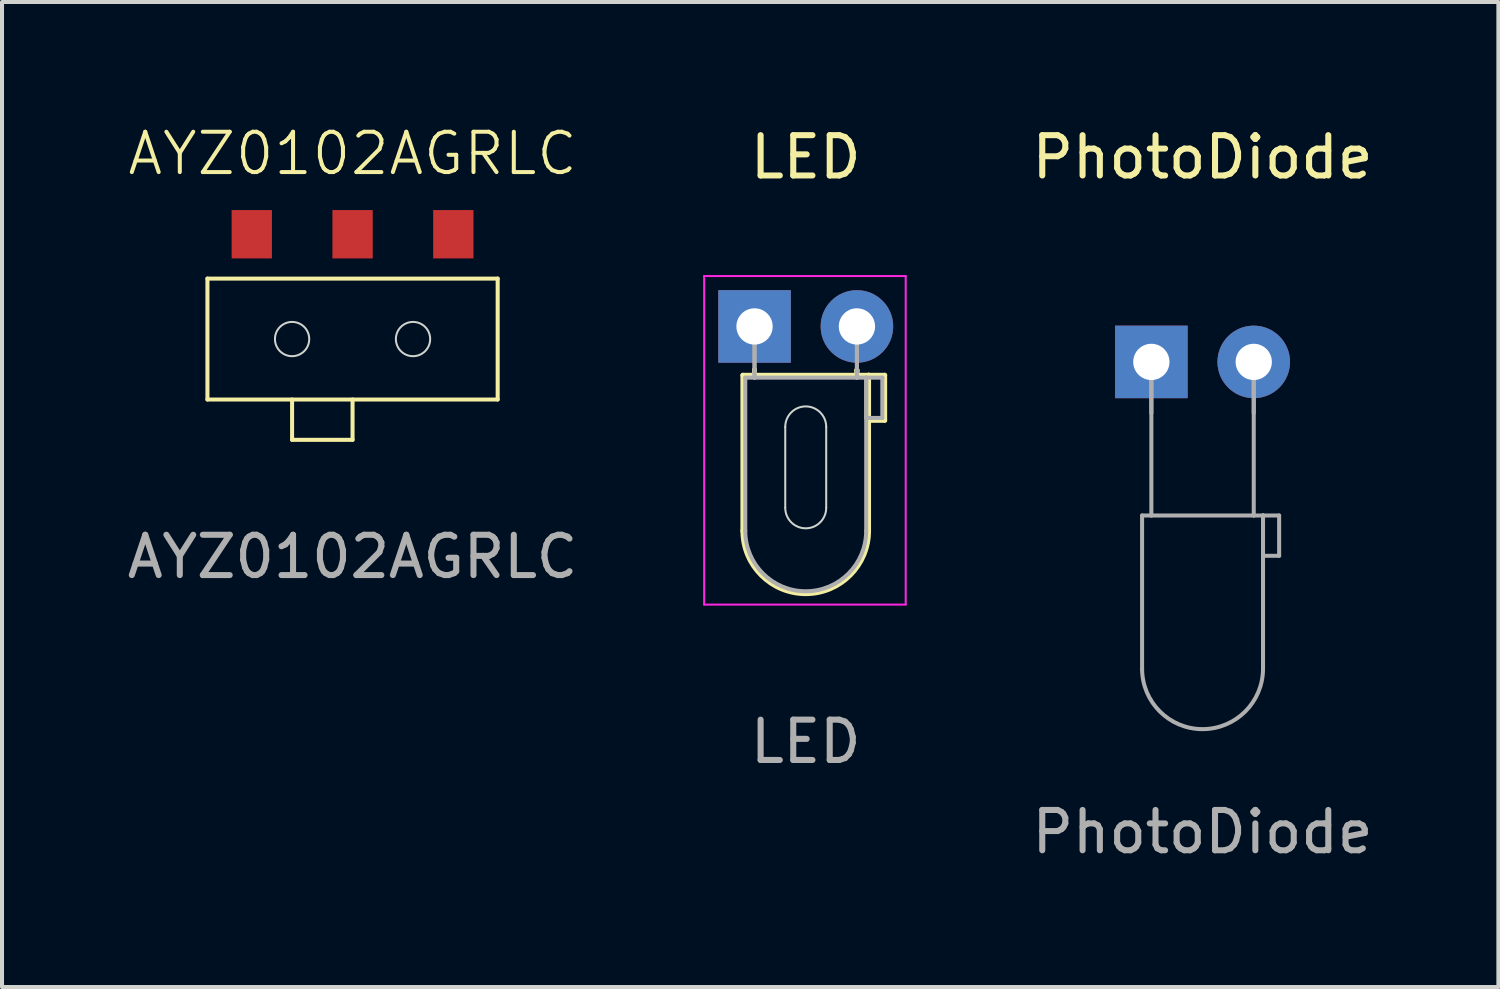
<source format=kicad_pcb>
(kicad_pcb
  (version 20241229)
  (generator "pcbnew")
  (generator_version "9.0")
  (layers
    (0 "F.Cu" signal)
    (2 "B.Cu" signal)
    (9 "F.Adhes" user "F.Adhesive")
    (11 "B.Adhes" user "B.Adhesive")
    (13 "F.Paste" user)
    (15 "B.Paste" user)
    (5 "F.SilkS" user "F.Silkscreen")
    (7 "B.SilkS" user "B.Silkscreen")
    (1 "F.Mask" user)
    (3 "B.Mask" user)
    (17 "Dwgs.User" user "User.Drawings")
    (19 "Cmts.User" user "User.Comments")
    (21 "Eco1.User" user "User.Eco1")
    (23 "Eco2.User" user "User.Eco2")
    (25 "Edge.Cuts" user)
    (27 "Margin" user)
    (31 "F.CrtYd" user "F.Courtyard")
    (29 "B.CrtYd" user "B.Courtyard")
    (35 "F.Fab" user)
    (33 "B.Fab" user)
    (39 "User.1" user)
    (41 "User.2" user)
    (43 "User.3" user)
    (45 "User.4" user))
  (footprint "LED"
    (layer "F.Cu")
    (at 16.938 5.048)
    (property "Reference" "LED" (at 0 -4.2 0) (unlocked yes) (layer "F.SilkS") (effects (font (size 1 1) (thickness 0.15))))
    (attr through_hole)
    (fp_line (start -1.56 1.21) (end -1.56 5.07) (stroke (width 0.12) (type solid)) (layer "F.SilkS"))
    (fp_line (start -1.56 1.21) (end 1.56 1.21) (stroke (width 0.12) (type solid)) (layer "F.SilkS"))
    (fp_line (start -1.27 1.08) (end -1.27 1.08) (stroke (width 0.12) (type solid)) (layer "F.SilkS"))
    (fp_line (start -1.27 1.08) (end -1.27 1.21) (stroke (width 0.12) (type solid)) (layer "F.SilkS"))
    (fp_line (start -1.27 1.21) (end -1.27 1.08) (stroke (width 0.12) (type solid)) (layer "F.SilkS"))
    (fp_line (start -1.27 1.21) (end -1.27 1.21) (stroke (width 0.12) (type solid)) (layer "F.SilkS"))
    (fp_line (start 1.27 1.08) (end 1.27 1.08) (stroke (width 0.12) (type solid)) (layer "F.SilkS"))
    (fp_line (start 1.27 1.08) (end 1.27 1.21) (stroke (width 0.12) (type solid)) (layer "F.SilkS"))
    (fp_line (start 1.27 1.21) (end 1.27 1.08) (stroke (width 0.12) (type solid)) (layer "F.SilkS"))
    (fp_line (start 1.27 1.21) (end 1.27 1.21) (stroke (width 0.12) (type solid)) (layer "F.SilkS"))
    (fp_line (start 1.56 1.21) (end 1.56 5.07) (stroke (width 0.12) (type solid)) (layer "F.SilkS"))
    (fp_line (start 1.56 1.21) (end 1.96 1.21) (stroke (width 0.12) (type solid)) (layer "F.SilkS"))
    (fp_line (start 1.56 2.33) (end 1.56 1.21) (stroke (width 0.12) (type solid)) (layer "F.SilkS"))
    (fp_line (start 1.96 1.21) (end 1.96 2.33) (stroke (width 0.12) (type solid)) (layer "F.SilkS"))
    (fp_line (start 1.96 2.33) (end 1.56 2.33) (stroke (width 0.12) (type solid)) (layer "F.SilkS"))
    (fp_arc (start 1.56 5.07) (mid 0 6.63) (end -1.56 5.07) (stroke (width 0.12) (type solid)) (layer "F.SilkS"))
    (fp_line (start -0.508 2.492) (end -0.508 4.492) (stroke (width 0.05) (type default)) (layer "Edge.Cuts"))
    (fp_line (start 0.508 4.492) (end 0.508 2.492) (stroke (width 0.05) (type default)) (layer "Edge.Cuts"))
    (fp_arc (start -0.508 2.492) (mid 0 1.984) (end 0.508 2.492) (stroke (width 0.05) (type default)) (layer "Edge.Cuts"))
    (fp_arc (start 0.508 4.5) (mid 0 5.008) (end -0.508 4.5) (stroke (width 0.05) (type default)) (layer "Edge.Cuts"))
    (fp_line (start -2.52 -1.25) (end -2.52 6.9) (stroke (width 0.05) (type solid)) (layer "F.CrtYd"))
    (fp_line (start -2.52 6.9) (end 2.48 6.9) (stroke (width 0.05) (type solid)) (layer "F.CrtYd"))
    (fp_line (start 2.48 -1.25) (end -2.52 -1.25) (stroke (width 0.05) (type solid)) (layer "F.CrtYd"))
    (fp_line (start 2.48 6.9) (end 2.48 -1.25) (stroke (width 0.05) (type solid)) (layer "F.CrtYd"))
    (fp_line (start -1.5 1.27) (end -1.5 5.07) (stroke (width 0.1) (type solid)) (layer "F.Fab"))
    (fp_line (start -1.5 1.27) (end 1.5 1.27) (stroke (width 0.1) (type solid)) (layer "F.Fab"))
    (fp_line (start -1.27 0) (end -1.27 0) (stroke (width 0.1) (type solid)) (layer "F.Fab"))
    (fp_line (start -1.27 0) (end -1.27 1.27) (stroke (width 0.1) (type solid)) (layer "F.Fab"))
    (fp_line (start -1.27 1.27) (end -1.27 0) (stroke (width 0.1) (type solid)) (layer "F.Fab"))
    (fp_line (start -1.27 1.27) (end -1.27 1.27) (stroke (width 0.1) (type solid)) (layer "F.Fab"))
    (fp_line (start 1.27 0) (end 1.27 0) (stroke (width 0.1) (type solid)) (layer "F.Fab"))
    (fp_line (start 1.27 0) (end 1.27 1.27) (stroke (width 0.1) (type solid)) (layer "F.Fab"))
    (fp_line (start 1.27 1.27) (end 1.27 0) (stroke (width 0.1) (type solid)) (layer "F.Fab"))
    (fp_line (start 1.27 1.27) (end 1.27 1.27) (stroke (width 0.1) (type solid)) (layer "F.Fab"))
    (fp_line (start 1.5 1.27) (end 1.5 5.07) (stroke (width 0.1) (type solid)) (layer "F.Fab"))
    (fp_line (start 1.5 1.27) (end 1.9 1.27) (stroke (width 0.1) (type solid)) (layer "F.Fab"))
    (fp_line (start 1.5 2.27) (end 1.5 1.27) (stroke (width 0.1) (type solid)) (layer "F.Fab"))
    (fp_line (start 1.9 1.27) (end 1.9 2.27) (stroke (width 0.1) (type solid)) (layer "F.Fab"))
    (fp_line (start 1.9 2.27) (end 1.5 2.27) (stroke (width 0.1) (type solid)) (layer "F.Fab"))
    (fp_arc (start 1.5 5.07) (mid 0 6.57) (end -1.5 5.07) (stroke (width 0.1) (type solid)) (layer "F.Fab"))
    (fp_text user "${REFERENCE}" (at 0 10.3 0) (unlocked yes) (layer "F.Fab") (effects (font (size 1 1) (thickness 0.15))))
    (pad "1" thru_hole rect (at -1.27 0) (size 1.8 1.8) (drill 0.9) (layers "*.Cu" "*.Mask"))
    (pad "2" thru_hole circle (at 1.27 0) (size 1.8 1.8) (drill 0.9) (layers "*.Cu" "*.Mask")))
  (footprint "PhotoDiode"
    (layer "F.Cu")
    (at 26.782 8.468)
    (property "Reference" "PhotoDiode" (at 0 -7.62 0) (unlocked yes) (layer "F.SilkS") (effects (font (size 1 1) (thickness 0.15))))
    (attr through_hole)
    (fp_line (start -1.5 1.27) (end -1.5 5.07) (stroke (width 0.1) (type solid)) (layer "F.Fab"))
    (fp_line (start -1.5 1.27) (end 1.5 1.27) (stroke (width 0.1) (type solid)) (layer "F.Fab"))
    (fp_line (start -1.27 -2.54) (end -1.27 -2.54) (stroke (width 0.1) (type solid)) (layer "F.Fab"))
    (fp_line (start -1.27 -2.54) (end -1.27 -1.27) (stroke (width 0.1) (type solid)) (layer "F.Fab"))
    (fp_line (start -1.27 1.27) (end -1.27 -2.54) (stroke (width 0.1) (type solid)) (layer "F.Fab"))
    (fp_line (start -1.27 1.27) (end -1.27 1.27) (stroke (width 0.1) (type solid)) (layer "F.Fab"))
    (fp_line (start 1.27 -2.54) (end 1.27 -2.54) (stroke (width 0.1) (type solid)) (layer "F.Fab"))
    (fp_line (start 1.27 -2.54) (end 1.27 -1.27) (stroke (width 0.1) (type solid)) (layer "F.Fab"))
    (fp_line (start 1.27 1.27) (end 1.27 -2.54) (stroke (width 0.1) (type solid)) (layer "F.Fab"))
    (fp_line (start 1.27 1.27) (end 1.27 1.27) (stroke (width 0.1) (type solid)) (layer "F.Fab"))
    (fp_line (start 1.5 1.27) (end 1.5 5.07) (stroke (width 0.1) (type solid)) (layer "F.Fab"))
    (fp_line (start 1.5 1.27) (end 1.9 1.27) (stroke (width 0.1) (type solid)) (layer "F.Fab"))
    (fp_line (start 1.5 2.27) (end 1.5 1.27) (stroke (width 0.1) (type solid)) (layer "F.Fab"))
    (fp_line (start 1.9 1.27) (end 1.9 2.27) (stroke (width 0.1) (type solid)) (layer "F.Fab"))
    (fp_line (start 1.9 2.27) (end 1.5 2.27) (stroke (width 0.1) (type solid)) (layer "F.Fab"))
    (fp_arc (start 1.5 5.07) (mid 0 6.57) (end -1.5 5.07) (stroke (width 0.1) (type solid)) (layer "F.Fab"))
    (fp_text user "${REFERENCE}" (at 0 9.12 0) (unlocked yes) (layer "F.Fab") (effects (font (size 1 1) (thickness 0.15))))
    (pad "1" thru_hole rect (at -1.27 -2.54) (size 1.8 1.8) (drill 0.9) (layers "*.Cu" "*.Mask"))
    (pad "2" thru_hole circle (at 1.27 -2.54) (size 1.8 1.8) (drill 0.9) (layers "*.Cu" "*.Mask")))
  (footprint "AYZ0102AGRLC"
    (layer "F.Cu")
    (at 5.696 5.361)
    (property "Reference" "AYZ0102AGRLC" (at 0 -4.6 0) (unlocked yes) (layer "F.SilkS") (effects (font (size 1 1) (thickness 0.1))))
    (attr smd)
    (fp_line (start -3.6 -1.5) (end -3.6 1.5) (stroke (width 0.1) (type default)) (layer "F.SilkS"))
    (fp_line (start -3.6 -1.5) (end 3.6 -1.5) (stroke (width 0.1) (type default)) (layer "F.SilkS"))
    (fp_line (start -3.6 1.5) (end 3.6 1.5) (stroke (width 0.1) (type default)) (layer "F.SilkS"))
    (fp_line (start -1.5 2.5) (end -1.5 1.5) (stroke (width 0.1) (type default)) (layer "F.SilkS"))
    (fp_line (start 0 1.5) (end 0 2.5) (stroke (width 0.1) (type default)) (layer "F.SilkS"))
    (fp_line (start 0 2.5) (end -1.5 2.5) (stroke (width 0.1) (type default)) (layer "F.SilkS"))
    (fp_line (start 3.6 -1.5) (end 3.6 1.5) (stroke (width 0.1) (type default)) (layer "F.SilkS"))
    (fp_circle (center -1.5 0) (end -1.075 0) (stroke (width 0.05) (type default)) (fill no) (layer "Edge.Cuts"))
    (fp_circle (center 1.5 0) (end 1.925 0) (stroke (width 0.05) (type default)) (fill no) (layer "Edge.Cuts"))
    (fp_text user "${REFERENCE}" (at 0 5.4 0) (unlocked yes) (layer "F.Fab") (effects (font (size 1 1) (thickness 0.15))))
    (pad "1" smd rect (at -2.5 -2.6) (size 1 1.2) (layers "F.Cu" "F.Mask" "F.Paste"))
    (pad "2" smd rect (at 0 -2.6) (size 1 1.2) (layers "F.Cu" "F.Mask" "F.Paste"))
    (pad "3" smd rect (at 2.5 -2.6) (size 1 1.2) (layers "F.Cu" "F.Mask" "F.Paste")))
  (gr_rect
    (start -3 -3)
    (end 34.121 21.436)
    (stroke (width 0.1) (type default))
    (fill no)
    (layer "Edge.Cuts")))
</source>
